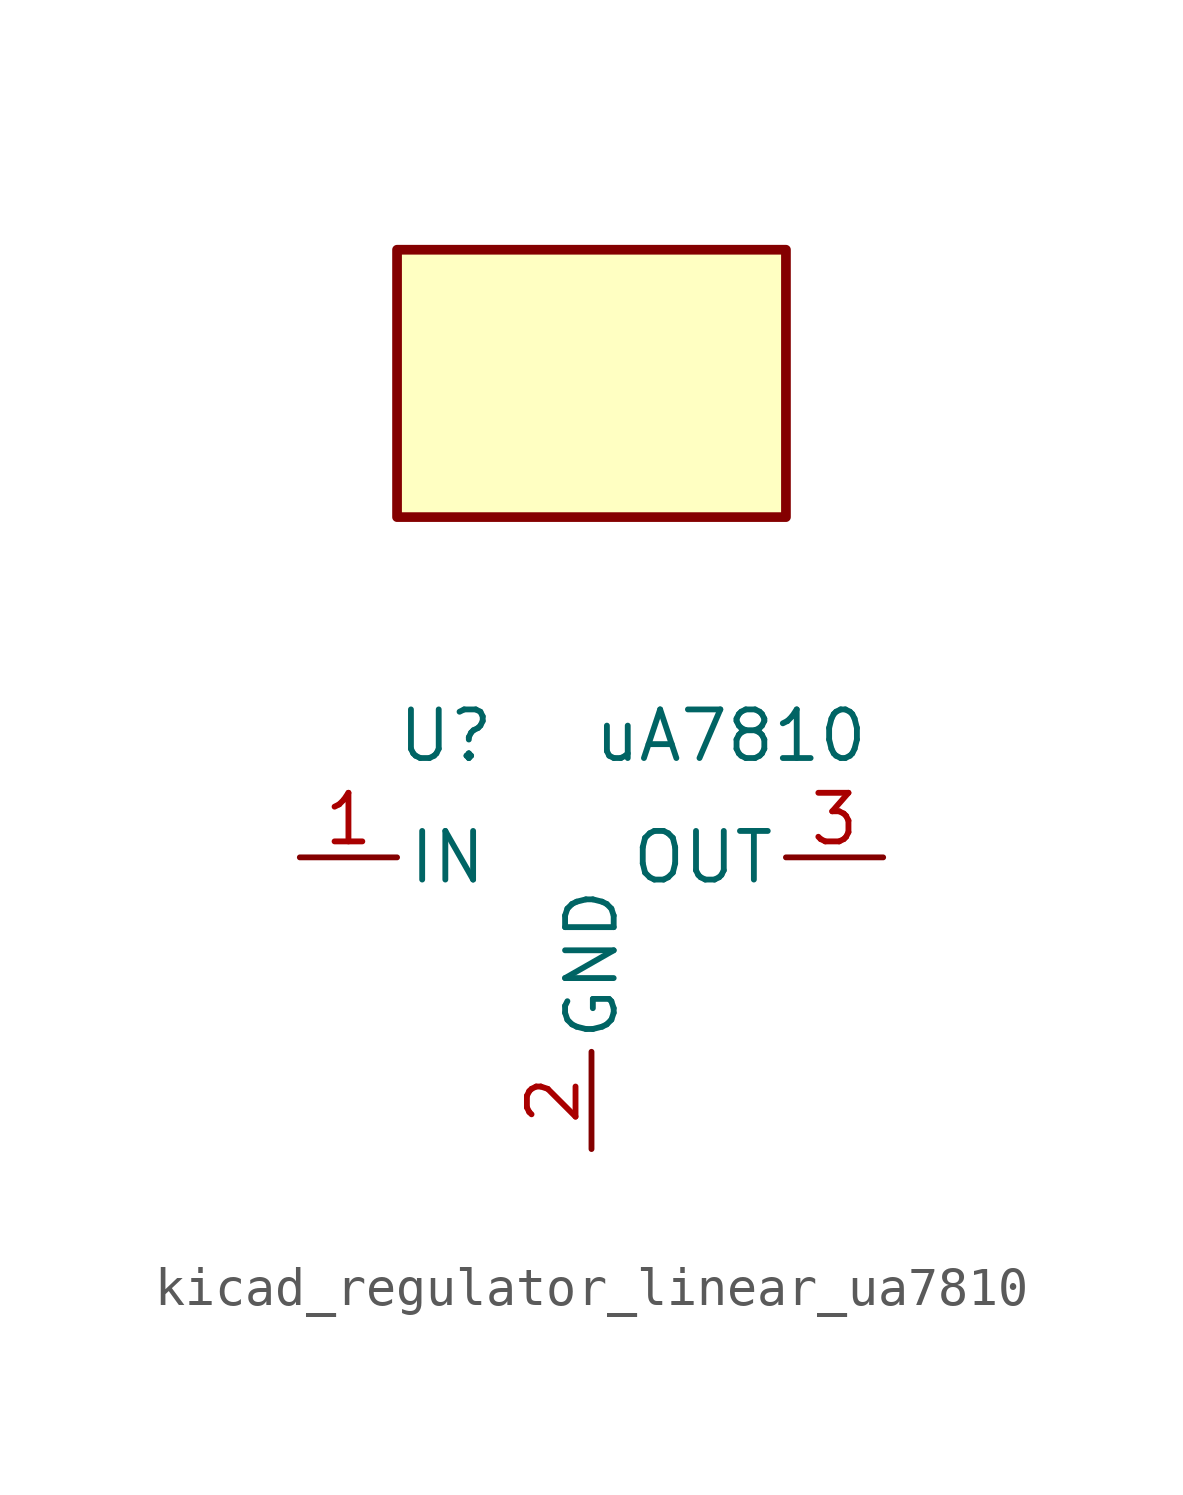
<source format=kicad_sym>
(kicad_symbol_lib
  (version 20220914)
  (generator kicad_symbol_editor)
  (symbol "kicad_regulator_linear_ua7810"
    (pin_names
      (offset 0.254))
    (property "Reference" "U"
      (at -3.81 3.175 0)
      (effects (font (size 1.27 1.27))))
    (property "Value" "uA7810"
      (at 0 3.175 0)
      (effects (font (size 1.27 1.27)) (justify left)))
    (symbol "kicad_regulator_linear_ua7810_0_1"
      (rectangle (start 5.08 15.875) (end -5.08 8.89) (stroke (width 0.254) (type default)) (fill (type background))))
    (symbol "kicad_regulator_linear_ua7810_1_1"
      (pin power_in line (at -7.62 0 0) (length 2.54) (name "IN" (effects (font (size 1.27 1.27)))) (number "1" (effects (font (size 1.27 1.27)))))
      (pin power_in line (at 0 -7.62 90) (length 2.54) (name "GND" (effects (font (size 1.27 1.27)))) (number "2" (effects (font (size 1.27 1.27)))))
      (pin power_out line (at 7.62 0 180) (length 2.54) (name "OUT" (effects (font (size 1.27 1.27)))) (number "3" (effects (font (size 1.27 1.27))))))))
</source>
